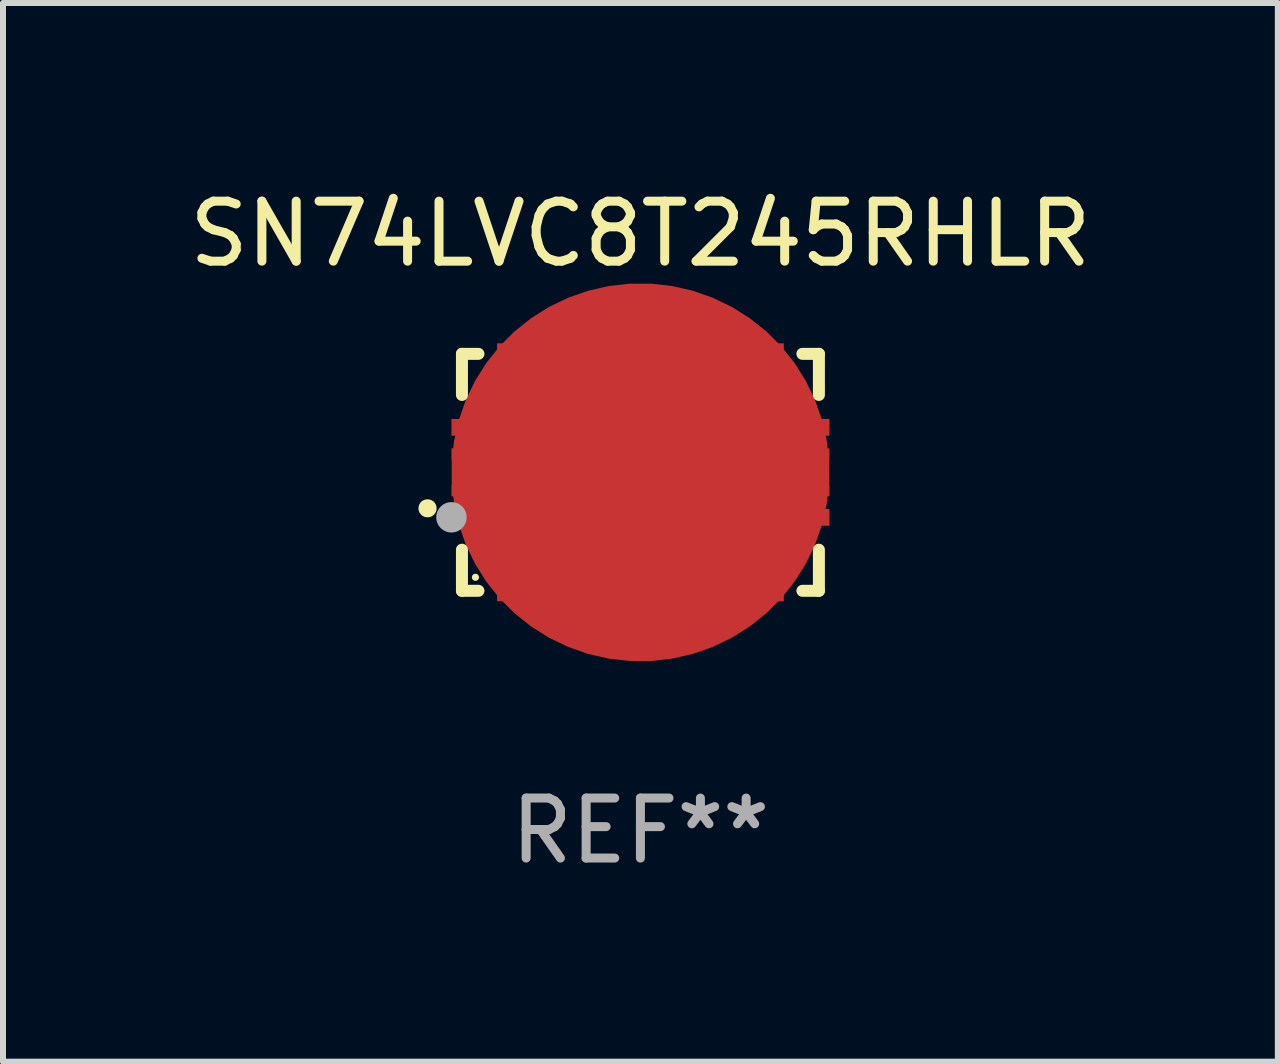
<source format=kicad_pcb>
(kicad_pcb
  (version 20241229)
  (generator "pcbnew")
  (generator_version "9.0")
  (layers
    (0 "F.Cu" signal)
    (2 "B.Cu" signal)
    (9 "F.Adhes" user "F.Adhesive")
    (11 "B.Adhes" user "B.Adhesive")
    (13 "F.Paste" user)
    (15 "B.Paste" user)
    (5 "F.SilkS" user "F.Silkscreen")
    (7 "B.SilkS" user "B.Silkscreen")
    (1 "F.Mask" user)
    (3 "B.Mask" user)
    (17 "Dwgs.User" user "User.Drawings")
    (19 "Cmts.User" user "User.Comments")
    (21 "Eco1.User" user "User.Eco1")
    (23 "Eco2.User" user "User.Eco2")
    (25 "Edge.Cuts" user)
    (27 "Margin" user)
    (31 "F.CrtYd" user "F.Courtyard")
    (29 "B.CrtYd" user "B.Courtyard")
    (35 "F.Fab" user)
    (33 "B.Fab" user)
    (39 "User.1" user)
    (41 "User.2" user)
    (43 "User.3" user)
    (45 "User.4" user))
  (footprint "SN74LVC8T245RHLR"
    (layer "F.Cu")
    (at 7.625 4.823)
    (property "Reference" "SN74LVC8T245RHLR" (at 0 -3.975 0) (layer "F.SilkS") (effects (font (size 1 1) (thickness 0.15))))
    (attr through_hole)
    (fp_line (start -2.975 -1.975) (end -2.975 -1.29) (stroke (width 0.2) (type solid)) (layer "F.SilkS"))
    (fp_line (start -2.975 1.975) (end -2.975 1.29) (stroke (width 0.2) (type solid)) (layer "F.SilkS"))
    (fp_line (start -2.7 -1.975) (end -2.975 -1.975) (stroke (width 0.2) (type solid)) (layer "F.SilkS"))
    (fp_line (start -2.7 1.975) (end -2.975 1.975) (stroke (width 0.2) (type solid)) (layer "F.SilkS"))
    (fp_line (start 2.975 -1.975) (end 2.7 -1.975) (stroke (width 0.2) (type solid)) (layer "F.SilkS"))
    (fp_line (start 2.975 -1.29) (end 2.975 -1.975) (stroke (width 0.2) (type solid)) (layer "F.SilkS"))
    (fp_line (start 2.975 1.29) (end 2.975 1.975) (stroke (width 0.2) (type solid)) (layer "F.SilkS"))
    (fp_line (start 2.975 1.975) (end 2.7 1.975) (stroke (width 0.2) (type solid)) (layer "F.SilkS"))
    (fp_arc (start -3.549987 0.6) (mid -3.548717 0.599995) (end -3.547447 0.6) (stroke (width 0.3) (type solid)) (layer "F.SilkS"))
    (fp_circle (center -2.75 1.75) (end -2.72 1.75) (stroke (width 0.06) (type solid)) (fill no) (layer "F.SilkS"))
    (fp_circle (center -3.15 0.75) (end -3.023 0.75) (stroke (width 0.254) (type solid)) (fill no) (layer "F.Fab"))
    (fp_text user "REF**" (at 0 5.975 0) (layer "F.Fab") (effects (font (size 1 1) (thickness 0.15))))
    (pad "1" smd rect (at -2.725 0.75 90) (size 0.28 0.85) (layers "F.Cu" "F.Mask" "F.Paste"))
    (pad "2" smd rect (at -2.25 1.725) (size 0.28 0.85) (layers "F.Cu" "F.Mask" "F.Paste"))
    (pad "3" smd rect (at -1.75 1.725) (size 0.28 0.85) (layers "F.Cu" "F.Mask" "F.Paste"))
    (pad "4" smd rect (at -1.25 1.725) (size 0.28 0.85) (layers "F.Cu" "F.Mask" "F.Paste"))
    (pad "5" smd rect (at -0.75 1.725) (size 0.28 0.85) (layers "F.Cu" "F.Mask" "F.Paste"))
    (pad "6" smd rect (at -0.25 1.725) (size 0.28 0.85) (layers "F.Cu" "F.Mask" "F.Paste"))
    (pad "7" smd rect (at 0.25 1.725) (size 0.28 0.85) (layers "F.Cu" "F.Mask" "F.Paste"))
    (pad "8" smd rect (at 0.75 1.725) (size 0.28 0.85) (layers "F.Cu" "F.Mask" "F.Paste"))
    (pad "9" smd rect (at 1.25 1.725) (size 0.28 0.85) (layers "F.Cu" "F.Mask" "F.Paste"))
    (pad "10" smd rect (at 1.75 1.725) (size 0.28 0.85) (layers "F.Cu" "F.Mask" "F.Paste"))
    (pad "11" smd rect (at 2.25 1.725) (size 0.28 0.85) (layers "F.Cu" "F.Mask" "F.Paste"))
    (pad "12" smd rect (at 2.725 0.75 90) (size 0.28 0.85) (layers "F.Cu" "F.Mask" "F.Paste"))
    (pad "13" smd rect (at 2.725 -0.75 90) (size 0.28 0.85) (layers "F.Cu" "F.Mask" "F.Paste"))
    (pad "14" smd rect (at 2.25 -1.725) (size 0.28 0.85) (layers "F.Cu" "F.Mask" "F.Paste"))
    (pad "15" smd rect (at 1.75 -1.725) (size 0.28 0.85) (layers "F.Cu" "F.Mask" "F.Paste"))
    (pad "16" smd rect (at 1.25 -1.725) (size 0.28 0.85) (layers "F.Cu" "F.Mask" "F.Paste"))
    (pad "17" smd rect (at 0.75 -1.725) (size 0.28 0.85) (layers "F.Cu" "F.Mask" "F.Paste"))
    (pad "18" smd rect (at 0.25 -1.725) (size 0.28 0.85) (layers "F.Cu" "F.Mask" "F.Paste"))
    (pad "19" smd rect (at -0.25 -1.725) (size 0.28 0.85) (layers "F.Cu" "F.Mask" "F.Paste"))
    (pad "20" smd rect (at -0.75 -1.725) (size 0.28 0.85) (layers "F.Cu" "F.Mask" "F.Paste"))
    (pad "21" smd rect (at -1.25 -1.725) (size 0.28 0.85) (layers "F.Cu" "F.Mask" "F.Paste"))
    (pad "22" smd rect (at -1.75 -1.725) (size 0.28 0.85) (layers "F.Cu" "F.Mask" "F.Paste"))
    (pad "23" smd rect (at -2.25 -1.725) (size 0.28 0.85) (layers "F.Cu" "F.Mask" "F.Paste"))
    (pad "24" smd rect (at -2.725 -0.75 90) (size 0.28 0.85) (layers "F.Cu" "F.Mask" "F.Paste"))
    (pad "25" smd custom (at 0 0) (size 6.3 2) (layers "F.Cu" "F.Mask" "F.Paste") (options (anchor circle)) (primitives (gr_poly (pts (xy -3.15 -0.4) (xy -3.15 -0.2) (xy -2.4 -0.2) (xy -2.4 0.2) (xy -3.15 0.2) (xy -3.15 0.4) (xy -2 0.4) (xy -2 1) (xy 2 1) (xy 2 0.4) (xy 3.15 0.4) (xy 3.15 0.2) (xy 2.4 0.2) (xy 2.4 -0.2) (xy 3.15 -0.2) (xy 3.15 -0.4) (xy 2 -0.4) (xy 2 -1) (xy -2 -1) (xy -2 -0.4)) (width 0) (fill yes)))))
  (gr_rect
    (start -3 -3)
    (end 18.25 14.647)
    (stroke (width 0.1) (type default))
    (fill no)
    (layer "Edge.Cuts")))
</source>
